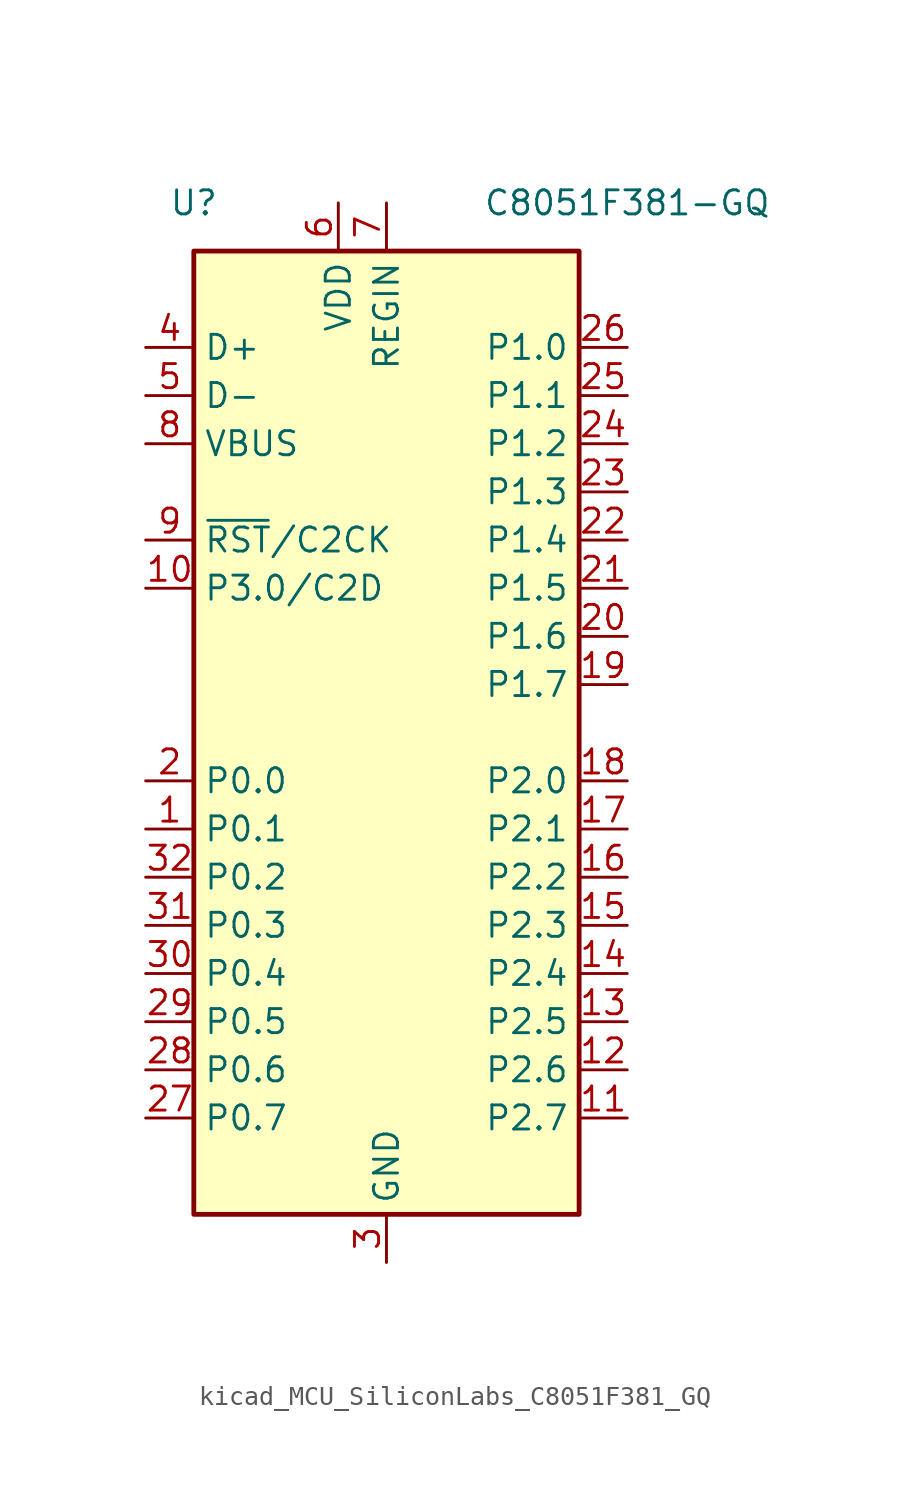
<source format=kicad_sym>
(kicad_symbol_lib
  (version 20220914)
  (generator kicad_symbol_editor)
  (symbol "kicad_MCU_SiliconLabs_C8051F381_GQ"
    (property "Reference" "U"
      (at -10.16 27.94 0)
      (effects (font (size 1.27 1.27))))
    (property "Value" "C8051F381-GQ"
      (at 12.7 27.94 0)
      (effects (font (size 1.27 1.27))))
    (symbol "kicad_MCU_SiliconLabs_C8051F381_GQ_0_1"
      (rectangle (start -10.16 25.4) (end 10.16 -25.4) (stroke (width 0.254) (type default)) (fill (type background))))
    (symbol "kicad_MCU_SiliconLabs_C8051F381_GQ_1_1"
      (pin bidirectional line (at -12.7 -5.08 0) (length 2.54) (name "P0.1" (effects (font (size 1.27 1.27)))) (number "1" (effects (font (size 1.27 1.27)))))
      (pin bidirectional line (at -12.7 7.62 0) (length 2.54) (name "P3.0/C2D" (effects (font (size 1.27 1.27)))) (number "10" (effects (font (size 1.27 1.27)))))
      (pin bidirectional line (at 12.7 -20.32 180) (length 2.54) (name "P2.7" (effects (font (size 1.27 1.27)))) (number "11" (effects (font (size 1.27 1.27)))))
      (pin bidirectional line (at 12.7 -17.78 180) (length 2.54) (name "P2.6" (effects (font (size 1.27 1.27)))) (number "12" (effects (font (size 1.27 1.27)))))
      (pin bidirectional line (at 12.7 -15.24 180) (length 2.54) (name "P2.5" (effects (font (size 1.27 1.27)))) (number "13" (effects (font (size 1.27 1.27)))))
      (pin bidirectional line (at 12.7 -12.7 180) (length 2.54) (name "P2.4" (effects (font (size 1.27 1.27)))) (number "14" (effects (font (size 1.27 1.27)))))
      (pin bidirectional line (at 12.7 -10.16 180) (length 2.54) (name "P2.3" (effects (font (size 1.27 1.27)))) (number "15" (effects (font (size 1.27 1.27)))))
      (pin bidirectional line (at 12.7 -7.62 180) (length 2.54) (name "P2.2" (effects (font (size 1.27 1.27)))) (number "16" (effects (font (size 1.27 1.27)))))
      (pin bidirectional line (at 12.7 -5.08 180) (length 2.54) (name "P2.1" (effects (font (size 1.27 1.27)))) (number "17" (effects (font (size 1.27 1.27)))))
      (pin bidirectional line (at 12.7 -2.54 180) (length 2.54) (name "P2.0" (effects (font (size 1.27 1.27)))) (number "18" (effects (font (size 1.27 1.27)))))
      (pin bidirectional line (at 12.7 2.54 180) (length 2.54) (name "P1.7" (effects (font (size 1.27 1.27)))) (number "19" (effects (font (size 1.27 1.27)))))
      (pin bidirectional line (at -12.7 -2.54 0) (length 2.54) (name "P0.0" (effects (font (size 1.27 1.27)))) (number "2" (effects (font (size 1.27 1.27)))))
      (pin bidirectional line (at 12.7 5.08 180) (length 2.54) (name "P1.6" (effects (font (size 1.27 1.27)))) (number "20" (effects (font (size 1.27 1.27)))))
      (pin bidirectional line (at 12.7 7.62 180) (length 2.54) (name "P1.5" (effects (font (size 1.27 1.27)))) (number "21" (effects (font (size 1.27 1.27)))))
      (pin bidirectional line (at 12.7 10.16 180) (length 2.54) (name "P1.4" (effects (font (size 1.27 1.27)))) (number "22" (effects (font (size 1.27 1.27)))))
      (pin bidirectional line (at 12.7 12.7 180) (length 2.54) (name "P1.3" (effects (font (size 1.27 1.27)))) (number "23" (effects (font (size 1.27 1.27)))))
      (pin bidirectional line (at 12.7 15.24 180) (length 2.54) (name "P1.2" (effects (font (size 1.27 1.27)))) (number "24" (effects (font (size 1.27 1.27)))))
      (pin bidirectional line (at 12.7 17.78 180) (length 2.54) (name "P1.1" (effects (font (size 1.27 1.27)))) (number "25" (effects (font (size 1.27 1.27)))))
      (pin bidirectional line (at 12.7 20.32 180) (length 2.54) (name "P1.0" (effects (font (size 1.27 1.27)))) (number "26" (effects (font (size 1.27 1.27)))))
      (pin bidirectional line (at -12.7 -20.32 0) (length 2.54) (name "P0.7" (effects (font (size 1.27 1.27)))) (number "27" (effects (font (size 1.27 1.27)))))
      (pin bidirectional line (at -12.7 -17.78 0) (length 2.54) (name "P0.6" (effects (font (size 1.27 1.27)))) (number "28" (effects (font (size 1.27 1.27)))))
      (pin bidirectional line (at -12.7 -15.24 0) (length 2.54) (name "P0.5" (effects (font (size 1.27 1.27)))) (number "29" (effects (font (size 1.27 1.27)))))
      (pin power_in line (at 0 -27.94 90) (length 2.54) (name "GND" (effects (font (size 1.27 1.27)))) (number "3" (effects (font (size 1.27 1.27)))))
      (pin bidirectional line (at -12.7 -12.7 0) (length 2.54) (name "P0.4" (effects (font (size 1.27 1.27)))) (number "30" (effects (font (size 1.27 1.27)))))
      (pin bidirectional line (at -12.7 -10.16 0) (length 2.54) (name "P0.3" (effects (font (size 1.27 1.27)))) (number "31" (effects (font (size 1.27 1.27)))))
      (pin bidirectional line (at -12.7 -7.62 0) (length 2.54) (name "P0.2" (effects (font (size 1.27 1.27)))) (number "32" (effects (font (size 1.27 1.27)))))
      (pin bidirectional line (at -12.7 20.32 0) (length 2.54) (name "D+" (effects (font (size 1.27 1.27)))) (number "4" (effects (font (size 1.27 1.27)))))
      (pin bidirectional line (at -12.7 17.78 0) (length 2.54) (name "D-" (effects (font (size 1.27 1.27)))) (number "5" (effects (font (size 1.27 1.27)))))
      (pin power_in line (at -2.54 27.94 270) (length 2.54) (name "VDD" (effects (font (size 1.27 1.27)))) (number "6" (effects (font (size 1.27 1.27)))))
      (pin power_in line (at 0 27.94 270) (length 2.54) (name "REGIN" (effects (font (size 1.27 1.27)))) (number "7" (effects (font (size 1.27 1.27)))))
      (pin input line (at -12.7 15.24 0) (length 2.54) (name "VBUS" (effects (font (size 1.27 1.27)))) (number "8" (effects (font (size 1.27 1.27)))))
      (pin input line (at -12.7 10.16 0) (length 2.54) (name "~{RST}/C2CK" (effects (font (size 1.27 1.27)))) (number "9" (effects (font (size 1.27 1.27))))))))
</source>
